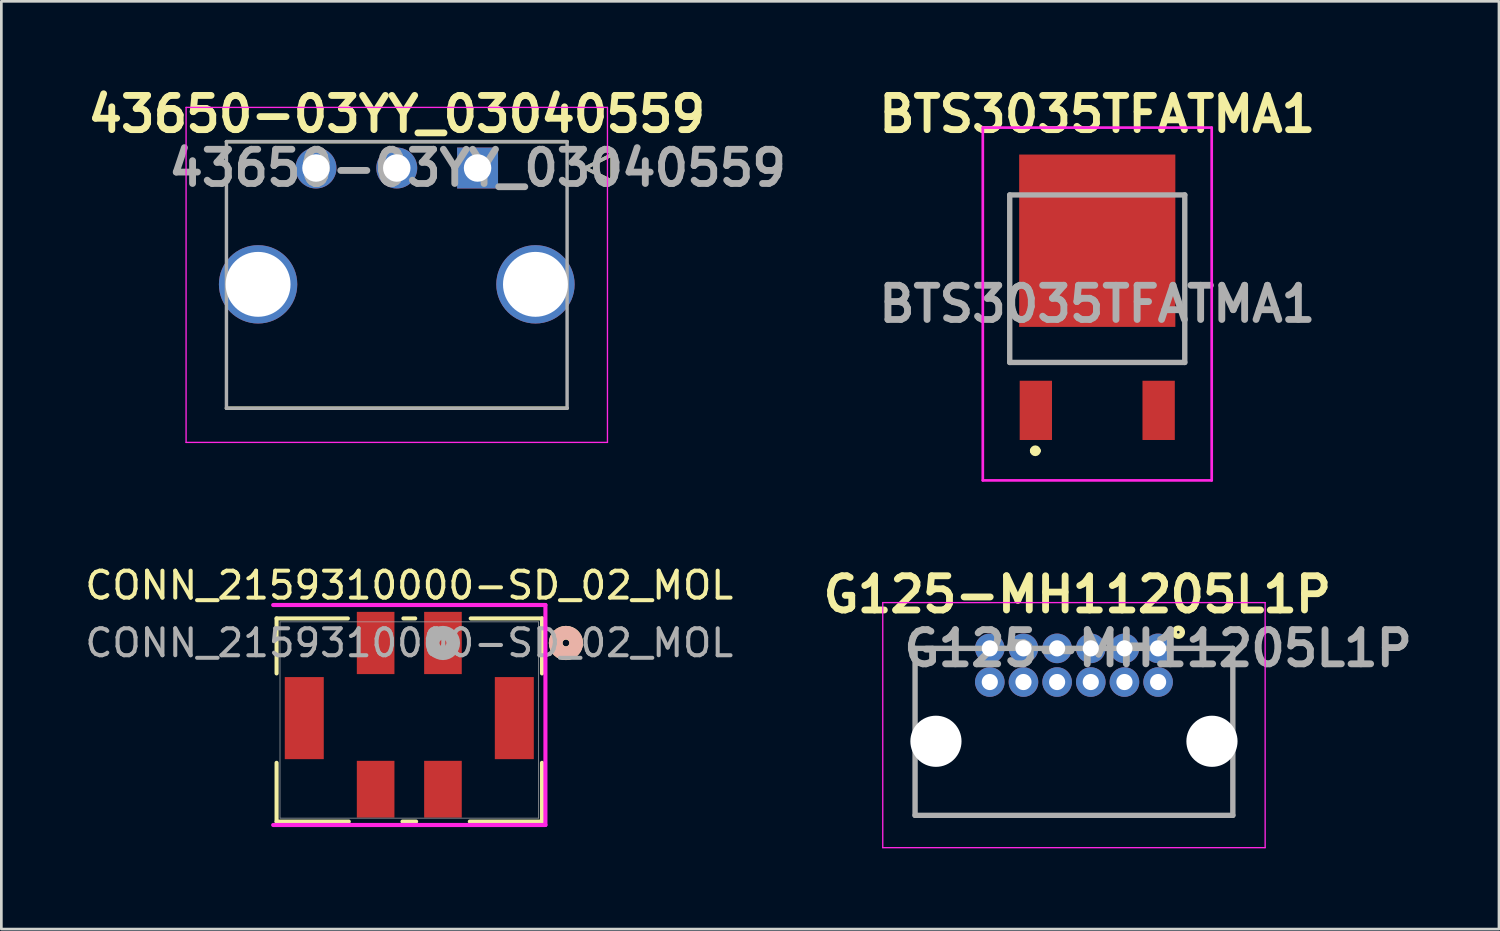
<source format=kicad_pcb>
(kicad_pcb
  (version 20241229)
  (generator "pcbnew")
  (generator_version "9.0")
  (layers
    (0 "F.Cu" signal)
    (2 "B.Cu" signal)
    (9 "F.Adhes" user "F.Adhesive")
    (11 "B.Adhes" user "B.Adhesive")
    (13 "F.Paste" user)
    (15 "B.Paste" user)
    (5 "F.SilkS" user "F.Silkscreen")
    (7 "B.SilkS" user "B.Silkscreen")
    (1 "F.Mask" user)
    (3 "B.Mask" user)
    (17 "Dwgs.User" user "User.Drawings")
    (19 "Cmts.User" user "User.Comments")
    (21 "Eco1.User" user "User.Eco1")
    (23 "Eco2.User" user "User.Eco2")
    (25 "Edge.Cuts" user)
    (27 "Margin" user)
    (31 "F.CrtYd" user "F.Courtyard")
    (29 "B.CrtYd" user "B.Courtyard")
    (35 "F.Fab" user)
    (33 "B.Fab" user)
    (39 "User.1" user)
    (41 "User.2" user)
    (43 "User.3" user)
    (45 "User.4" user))
  (footprint "G125-MH11205L1P"
    (layer "F.Cu")
    (at 39.956 21.027)
    (property "Reference" "G125-MH11205L1P" (at -3 -2 0) (layer "F.SilkS") (effects (font (size 1.27 1.27) (thickness 0.254))))
    (attr through_hole)
    (fp_line (start -9.025 6.2) (end -9.025 0) (stroke (width 0.1) (type solid)) (layer "F.SilkS"))
    (fp_line (start 2.775 0) (end 2.775 6.2) (stroke (width 0.1) (type solid)) (layer "F.SilkS"))
    (fp_line (start 2.775 6.2) (end -9.025 6.2) (stroke (width 0.1) (type solid)) (layer "F.SilkS"))
    (fp_circle (center 0.75 -0.6) (end 0.75 -0.55) (stroke (width 0.2) (type solid)) (fill no) (layer "F.SilkS"))
    (fp_line (start -10.225 -1.7) (end 3.975 -1.7) (stroke (width 0.05) (type solid)) (layer "F.CrtYd"))
    (fp_line (start -10.225 7.4) (end -10.225 -1.7) (stroke (width 0.05) (type solid)) (layer "F.CrtYd"))
    (fp_line (start 3.975 -1.7) (end 3.975 7.4) (stroke (width 0.05) (type solid)) (layer "F.CrtYd"))
    (fp_line (start 3.975 7.4) (end -10.225 7.4) (stroke (width 0.05) (type solid)) (layer "F.CrtYd"))
    (fp_line (start -9.025 0) (end 2.775 0) (stroke (width 0.2) (type solid)) (layer "F.Fab"))
    (fp_line (start -9.025 6.2) (end -9.025 0) (stroke (width 0.2) (type solid)) (layer "F.Fab"))
    (fp_line (start 2.775 0) (end 2.775 6.2) (stroke (width 0.2) (type solid)) (layer "F.Fab"))
    (fp_line (start 2.775 6.2) (end -9.025 6.2) (stroke (width 0.2) (type solid)) (layer "F.Fab"))
    (fp_text user "${REFERENCE}" (at 0 0 0) (layer "F.Fab") (effects (font (size 1.27 1.27) (thickness 0.254))))
    (pad "" np_thru_hole circle (at -8.25 3.45) (size 1.9 1.9) (drill 1.9) (layers "*.Cu" "*.Mask"))
    (pad "" np_thru_hole circle (at 2 3.45) (size 1.9 1.9) (drill 1.9) (layers "*.Cu" "*.Mask"))
    (pad "1" thru_hole circle (at 0 0) (size 1.1 1.1) (drill 0.6) (layers "*.Cu" "*.Mask"))
    (pad "2" thru_hole circle (at -1.25 0) (size 1.1 1.1) (drill 0.6) (layers "*.Cu" "*.Mask"))
    (pad "3" thru_hole circle (at -2.5 0) (size 1.1 1.1) (drill 0.6) (layers "*.Cu" "*.Mask"))
    (pad "4" thru_hole circle (at -3.75 0) (size 1.1 1.1) (drill 0.6) (layers "*.Cu" "*.Mask"))
    (pad "5" thru_hole circle (at -5 0) (size 1.1 1.1) (drill 0.6) (layers "*.Cu" "*.Mask"))
    (pad "6" thru_hole circle (at -6.25 0) (size 1.1 1.1) (drill 0.6) (layers "*.Cu" "*.Mask"))
    (pad "7" thru_hole circle (at 0 1.25) (size 1.1 1.1) (drill 0.6) (layers "*.Cu" "*.Mask"))
    (pad "8" thru_hole circle (at -1.25 1.25) (size 1.1 1.1) (drill 0.6) (layers "*.Cu" "*.Mask"))
    (pad "9" thru_hole circle (at -2.5 1.25) (size 1.1 1.1) (drill 0.6) (layers "*.Cu" "*.Mask"))
    (pad "10" thru_hole circle (at -3.75 1.25) (size 1.1 1.1) (drill 0.6) (layers "*.Cu" "*.Mask"))
    (pad "11" thru_hole circle (at -5 1.25) (size 1.1 1.1) (drill 0.6) (layers "*.Cu" "*.Mask"))
    (pad "12" thru_hole circle (at -6.25 1.25) (size 1.1 1.1) (drill 0.6) (layers "*.Cu" "*.Mask")))
  (footprint "43650-03YY_03040559"
    (layer "F.Cu")
    (at 14.684 3.189)
    (property "Reference" "43650-03YY_03040559" (at -3 -2 0) (layer "F.SilkS") (effects (font (size 1.27 1.27) (thickness 0.254))))
    (attr through_hole)
    (fp_line (start -9.325 -0.98) (end 3.325 -0.98) (stroke (width 0.127) (type solid)) (layer "F.SilkS"))
    (fp_line (start 3.325 8.92) (end -9.325 8.92) (stroke (width 0.127) (type solid)) (layer "F.SilkS"))
    (fp_line (start 4 0) (end 5 -0.5) (stroke (width 0.127) (type solid)) (layer "F.SilkS"))
    (fp_line (start 5 -0.5) (end 5 0.5) (stroke (width 0.127) (type solid)) (layer "F.SilkS"))
    (fp_line (start 5 0.5) (end 4 0) (stroke (width 0.127) (type solid)) (layer "F.SilkS"))
    (fp_line (start -10.824 -2.25) (end 4.824 -2.25) (stroke (width 0.05) (type solid)) (layer "F.CrtYd"))
    (fp_line (start -10.824 10.19) (end -10.824 -2.25) (stroke (width 0.05) (type solid)) (layer "F.CrtYd"))
    (fp_line (start 4.824 -2.25) (end 4.824 10.19) (stroke (width 0.05) (type solid)) (layer "F.CrtYd"))
    (fp_line (start 4.824 10.19) (end -10.824 10.19) (stroke (width 0.05) (type solid)) (layer "F.CrtYd"))
    (fp_line (start -9.325 -0.98) (end 3.325 -0.98) (stroke (width 0.127) (type solid)) (layer "F.Fab"))
    (fp_line (start -9.325 8.92) (end -9.325 -0.98) (stroke (width 0.127) (type solid)) (layer "F.Fab"))
    (fp_line (start 3.325 -0.98) (end 3.325 8.92) (stroke (width 0.127) (type solid)) (layer "F.Fab"))
    (fp_line (start 3.325 8.92) (end -9.325 8.92) (stroke (width 0.127) (type solid)) (layer "F.Fab"))
    (fp_line (start 4 0) (end 5 -0.5) (stroke (width 0.127) (type solid)) (layer "F.Fab"))
    (fp_line (start 5 -0.5) (end 5 0.5) (stroke (width 0.127) (type solid)) (layer "F.Fab"))
    (fp_line (start 5 0.5) (end 4 0) (stroke (width 0.127) (type solid)) (layer "F.Fab"))
    (fp_text user "${REFERENCE}" (at 0 0 0) (layer "F.Fab") (effects (font (size 1.27 1.27) (thickness 0.254))))
    (pad "1" thru_hole rect (at 0 0) (size 1.52 1.52) (drill 1.02) (layers "*.Cu" "*.Mask"))
    (pad "2" thru_hole circle (at -3 0) (size 1.52 1.52) (drill 1.02) (layers "*.Cu" "*.Mask"))
    (pad "3" thru_hole circle (at -6 0) (size 1.52 1.52) (drill 1.02) (layers "*.Cu" "*.Mask"))
    (pad "4" thru_hole circle (at 2.15 4.32) (size 2.91 2.91) (drill 2.41) (layers "*.Cu" "*.Mask"))
    (pad "5" thru_hole circle (at -8.15 4.32) (size 2.91 2.91) (drill 2.41) (layers "*.Cu" "*.Mask")))
  (footprint "CONN_2159310000-SD_02_MOL"
    (layer "F.Cu")
    (at 12.149 23.687)
    (property "Reference" "CONN_2159310000-SD_02_MOL" (at 0 -5 0) (unlocked yes) (layer "F.SilkS") (effects (font (size 1 1) (thickness 0.15))))
    (attr smd)
    (fp_line (start -4.928 -3.772) (end -4.928 -1.73) (stroke (width 0.152) (type solid)) (layer "F.SilkS"))
    (fp_line (start -4.928 1.59) (end -4.928 3.772) (stroke (width 0.152) (type solid)) (layer "F.SilkS"))
    (fp_line (start -4.928 3.772) (end -2.247 3.772) (stroke (width 0.152) (type solid)) (layer "F.SilkS"))
    (fp_line (start -2.281 -3.772) (end -4.928 -3.772) (stroke (width 0.152) (type solid)) (layer "F.SilkS"))
    (fp_line (start -0.253 3.772) (end 0.253 3.772) (stroke (width 0.152) (type solid)) (layer "F.SilkS"))
    (fp_line (start 0.219 -3.772) (end -0.219 -3.772) (stroke (width 0.152) (type solid)) (layer "F.SilkS"))
    (fp_line (start 2.247 3.772) (end 4.928 3.772) (stroke (width 0.152) (type solid)) (layer "F.SilkS"))
    (fp_line (start 4.928 -3.772) (end 2.281 -3.772) (stroke (width 0.152) (type solid)) (layer "F.SilkS"))
    (fp_line (start 4.928 -1.73) (end 4.928 -3.772) (stroke (width 0.152) (type solid)) (layer "F.SilkS"))
    (fp_line (start 4.928 3.772) (end 4.928 1.59) (stroke (width 0.152) (type solid)) (layer "F.SilkS"))
    (fp_circle (center 5.817 -2.86) (end 6.198 -2.86) (stroke (width 0.508) (type solid)) (fill no) (layer "F.SilkS"))
    (fp_circle (center 5.817 -2.86) (end 6.198 -2.86) (stroke (width 0.508) (type solid)) (fill no) (layer "B.SilkS"))
    (fp_line (start -5.055 3.899) (end 5.055 3.899) (stroke (width 0.152) (type solid)) (layer "F.CrtYd"))
    (fp_line (start 5.055 -4.27) (end -5.055 -4.27) (stroke (width 0.152) (type solid)) (layer "F.CrtYd"))
    (fp_line (start 5.055 3.899) (end 5.055 -4.27) (stroke (width 0.152) (type solid)) (layer "F.CrtYd"))
    (fp_line (start -4.801 -3.645) (end -4.801 3.645) (stroke (width 0.025) (type solid)) (layer "F.Fab"))
    (fp_line (start -4.801 3.645) (end 4.801 3.645) (stroke (width 0.025) (type solid)) (layer "F.Fab"))
    (fp_line (start 4.801 -3.645) (end -4.801 -3.645) (stroke (width 0.025) (type solid)) (layer "F.Fab"))
    (fp_line (start 4.801 3.645) (end 4.801 -3.645) (stroke (width 0.025) (type solid)) (layer "F.Fab"))
    (fp_circle (center 1.25 -2.86) (end 1.631 -2.86) (stroke (width 0.508) (type solid)) (fill no) (layer "F.Fab"))
    (fp_text user "${REFERENCE}" (at 0 -2.86 0) (unlocked yes) (layer "F.Fab") (effects (font (size 1 1) (thickness 0.15))))
    (pad "1_1" smd rect (at 1.25 -2.86) (size 1.397 2.311) (layers "F.Cu" "F.Mask" "F.Paste"))
    (pad "1_2" smd rect (at 1.25 2.57) (size 1.397 2.108) (layers "F.Cu" "F.Mask" "F.Paste"))
    (pad "2_1" smd rect (at -1.25 -2.86) (size 1.397 2.311) (layers "F.Cu" "F.Mask" "F.Paste"))
    (pad "2_2" smd rect (at -1.25 2.57) (size 1.397 2.108) (layers "F.Cu" "F.Mask" "F.Paste"))
    (pad "MNT1" smd rect (at -3.9 -0.07) (size 1.448 3.048) (layers "F.Cu" "F.Mask" "F.Paste"))
    (pad "MNT2" smd rect (at 3.9 -0.07) (size 1.448 3.048) (layers "F.Cu" "F.Mask" "F.Paste"))
    (zone (net_name "") (layer "F.Cu") (hatch full 0.508) (connect_pads) (min_thickness 0.254) (filled_areas_thickness no) (keepout (tracks not_allowed) (vias not_allowed) (pads allowed) (copperpour not_allowed) (footprints allowed)) (placement (enabled no)) (fill) (polygon (pts (xy 16.752 21.949) (xy 16.752 25.225) (xy 17.565 25.225) (xy 17.565 21.949)))))
  (footprint "BTS3035TFATMA1"
    (layer "F.Cu")
    (at 37.696 2.689)
    (property "Reference" "BTS3035TFATMA1" (at 0 -1.5 0) (layer "F.SilkS") (effects (font (size 1.27 1.27) (thickness 0.254))))
    (attr smd)
    (fp_line (start -3.25 1.5) (end -3.25 7.72) (stroke (width 0.1) (type solid)) (layer "F.SilkS"))
    (fp_line (start -3.25 7.72) (end 3.25 7.72) (stroke (width 0.1) (type solid)) (layer "F.SilkS"))
    (fp_line (start -2.4 11) (end -2.4 11) (stroke (width 0.2) (type solid)) (layer "F.SilkS"))
    (fp_line (start -2.2 11) (end -2.2 11) (stroke (width 0.2) (type solid)) (layer "F.SilkS"))
    (fp_line (start 3.25 7.72) (end 3.25 1.5) (stroke (width 0.1) (type solid)) (layer "F.SilkS"))
    (fp_arc (start -2.4 11) (mid -2.3 10.9) (end -2.2 11) (stroke (width 0.2) (type solid)) (layer "F.SilkS"))
    (fp_arc (start -2.2 11) (mid -2.3 11.1) (end -2.4 11) (stroke (width 0.2) (type solid)) (layer "F.SilkS"))
    (fp_line (start -4.25 -1) (end 4.25 -1) (stroke (width 0.1) (type solid)) (layer "F.CrtYd"))
    (fp_line (start -4.25 12.1) (end -4.25 -1) (stroke (width 0.1) (type solid)) (layer "F.CrtYd"))
    (fp_line (start 4.25 -1) (end 4.25 12.1) (stroke (width 0.1) (type solid)) (layer "F.CrtYd"))
    (fp_line (start 4.25 12.1) (end -4.25 12.1) (stroke (width 0.1) (type solid)) (layer "F.CrtYd"))
    (fp_line (start -3.25 1.5) (end 3.25 1.5) (stroke (width 0.2) (type solid)) (layer "F.Fab"))
    (fp_line (start -3.25 7.72) (end -3.25 1.5) (stroke (width 0.2) (type solid)) (layer "F.Fab"))
    (fp_line (start 3.25 1.5) (end 3.25 7.72) (stroke (width 0.2) (type solid)) (layer "F.Fab"))
    (fp_line (start 3.25 7.72) (end -3.25 7.72) (stroke (width 0.2) (type solid)) (layer "F.Fab"))
    (fp_text user "${REFERENCE}" (at 0 5.55 0) (layer "F.Fab") (effects (font (size 1.27 1.27) (thickness 0.254))))
    (pad "1" smd rect (at -2.28 9.5) (size 1.2 2.2) (layers "F.Cu" "F.Mask" "F.Paste"))
    (pad "2" smd rect (at 0 3.2) (size 5.8 6.4) (layers "F.Cu" "F.Mask" "F.Paste"))
    (pad "3" smd rect (at 2.28 9.5) (size 1.2 2.2) (layers "F.Cu" "F.Mask" "F.Paste")))
  (gr_rect
    (start -3 -3)
    (end 52.614 31.452)
    (stroke (width 0.1) (type default))
    (fill no)
    (layer "Edge.Cuts")))
</source>
